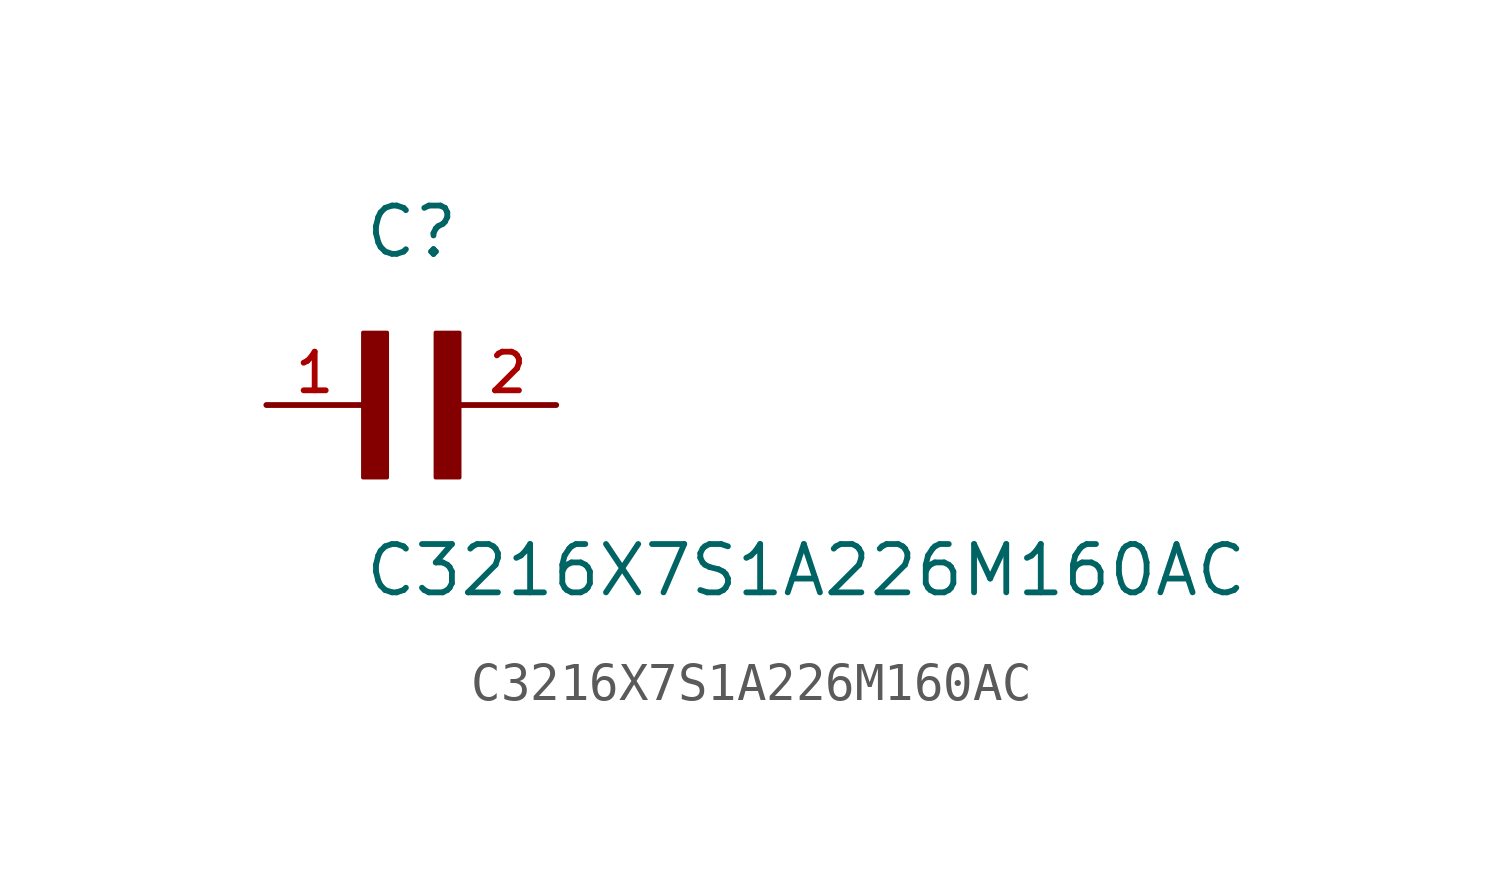
<source format=kicad_sym>
(kicad_symbol_lib
  (version 20211014)
  (generator kicad_symbol_editor)
  (symbol "C3216X7S1A226M160AC"
    (pin_names
      (offset 1.016))
    (property "Reference" "C"
      (at 0.0 3.811 0)
      (effects (font (size 1.27 1.27)) (justify bottom left)))
    (property "Value" "C3216X7S1A226M160AC"
      (at 0.0 -5.088 0)
      (effects (font (size 1.27 1.27)) (justify bottom left)))
    (symbol "C3216X7S1A226M160AC_0_0"
      (rectangle (start 0.0 -1.907) (end 0.635 1.905) (stroke (width 0.1)) (fill (type outline)))
      (rectangle (start 1.907 -1.907) (end 2.54 1.905) (stroke (width 0.1)) (fill (type outline)))
      (pin passive line (at 5.08 0.0 180.0) (length 2.54) (name "~" (effects (font (size 1.016 1.016)))) (number "2" (effects (font (size 1.016 1.016)))))
      (pin passive line (at -2.54 0.0 0) (length 2.54) (name "~" (effects (font (size 1.016 1.016)))) (number "1" (effects (font (size 1.016 1.016))))))))
</source>
